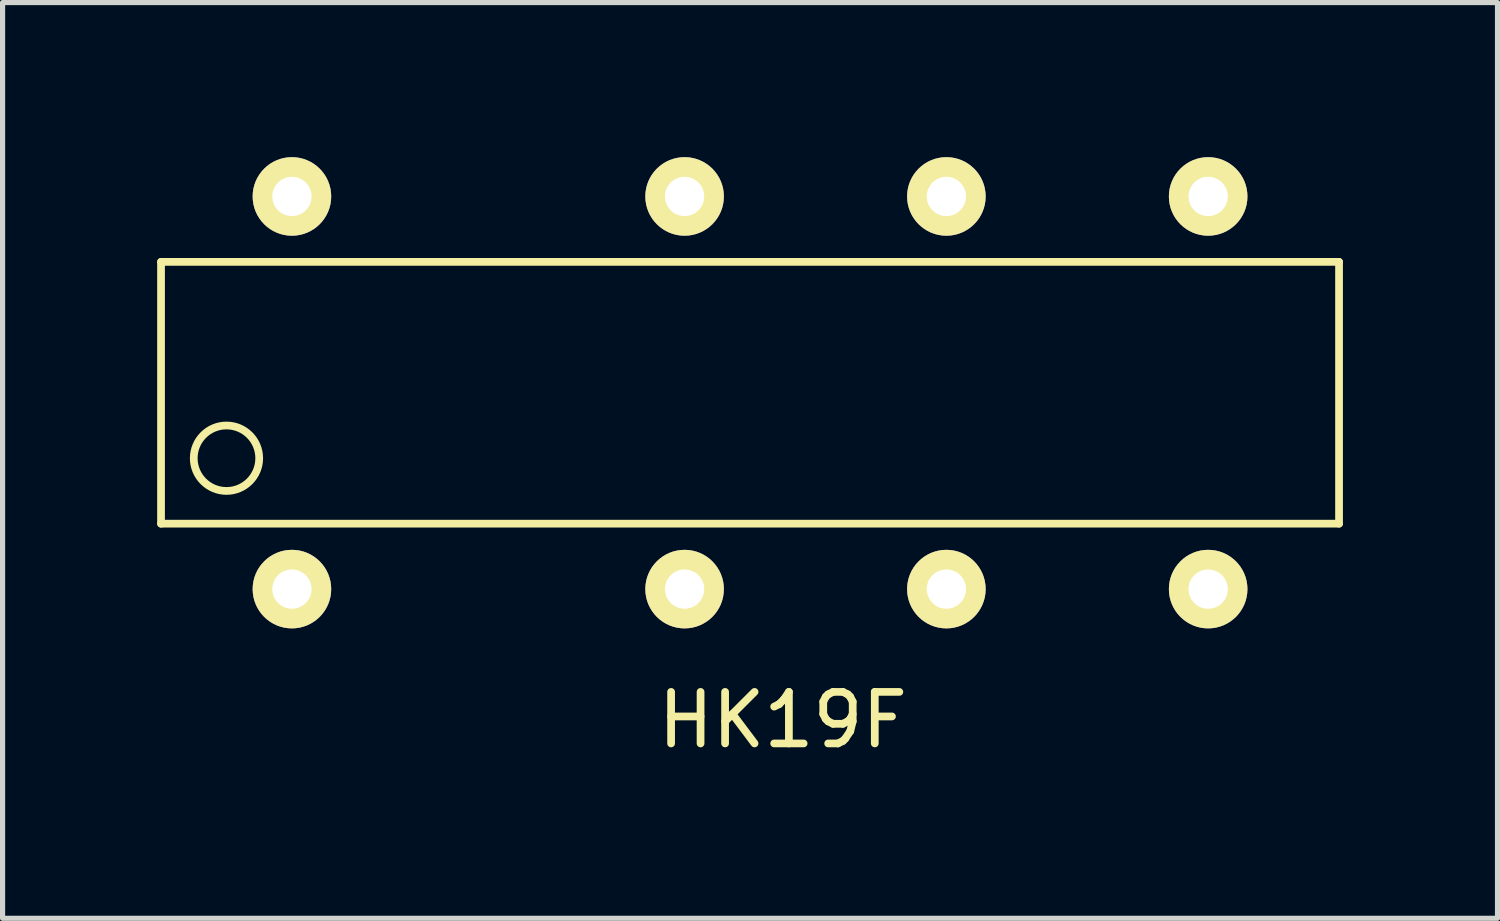
<source format=kicad_pcb>
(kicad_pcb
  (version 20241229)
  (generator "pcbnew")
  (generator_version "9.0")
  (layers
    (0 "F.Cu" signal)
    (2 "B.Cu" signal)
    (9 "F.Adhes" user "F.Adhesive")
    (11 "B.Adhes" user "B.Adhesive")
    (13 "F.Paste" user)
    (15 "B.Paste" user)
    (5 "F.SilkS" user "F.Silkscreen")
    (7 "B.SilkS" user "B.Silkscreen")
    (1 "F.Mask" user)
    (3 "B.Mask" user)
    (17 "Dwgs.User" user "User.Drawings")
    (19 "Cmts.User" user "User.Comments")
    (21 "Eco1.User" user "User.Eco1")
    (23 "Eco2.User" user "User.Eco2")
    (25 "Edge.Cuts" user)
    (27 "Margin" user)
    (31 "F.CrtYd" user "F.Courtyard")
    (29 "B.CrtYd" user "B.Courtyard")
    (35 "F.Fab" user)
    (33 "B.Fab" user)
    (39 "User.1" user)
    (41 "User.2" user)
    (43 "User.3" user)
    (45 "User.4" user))
  (footprint "HK19F"
    (layer "F.Cu")
    (at 2.615 8.382)
    (property "Reference" "HK19F" (at 9.525 2.54 0) (layer "F.SilkS") (effects (font (size 1 1) (thickness 0.15))))
    (attr through_hole)
    (fp_line (start -2.54 -6.35) (end -2.54 -1.27) (stroke (width 0.15) (type solid)) (layer "F.SilkS"))
    (fp_line (start -2.54 -1.27) (end 20.32 -1.27) (stroke (width 0.15) (type solid)) (layer "F.SilkS"))
    (fp_line (start 20.32 -6.35) (end -2.54 -6.35) (stroke (width 0.15) (type solid)) (layer "F.SilkS"))
    (fp_line (start 20.32 -1.27) (end 20.32 -6.35) (stroke (width 0.15) (type solid)) (layer "F.SilkS"))
    (fp_circle (center -1.27 -2.54) (end -0.635 -2.54) (stroke (width 0.15) (type solid)) (fill no) (layer "F.SilkS"))
    (pad "1" thru_hole oval (at 0 0) (size 1.524 1.524) (drill 0.762) (layers "*.Cu" "*.Mask" "F.SilkS"))
    (pad "2" thru_hole oval (at 7.62 0) (size 1.524 1.524) (drill 0.762) (layers "*.Cu" "*.Mask" "F.SilkS"))
    (pad "3" thru_hole oval (at 12.7 0) (size 1.524 1.524) (drill 0.762) (layers "*.Cu" "*.Mask" "F.SilkS"))
    (pad "4" thru_hole oval (at 17.78 0) (size 1.524 1.524) (drill 0.762) (layers "*.Cu" "*.Mask" "F.SilkS"))
    (pad "5" thru_hole oval (at 17.78 -7.62) (size 1.524 1.524) (drill 0.762) (layers "*.Cu" "*.Mask" "F.SilkS"))
    (pad "6" thru_hole oval (at 12.7 -7.62) (size 1.524 1.524) (drill 0.762) (layers "*.Cu" "*.Mask" "F.SilkS"))
    (pad "7" thru_hole oval (at 7.62 -7.62) (size 1.524 1.524) (drill 0.762) (layers "*.Cu" "*.Mask" "F.SilkS"))
    (pad "8" thru_hole oval (at 0 -7.62) (size 1.524 1.524) (drill 0.762) (layers "*.Cu" "*.Mask" "F.SilkS")))
  (gr_rect
    (start -3 -3)
    (end 26.01 14.77)
    (stroke (width 0.1) (type default))
    (fill no)
    (layer "Edge.Cuts")))
</source>
